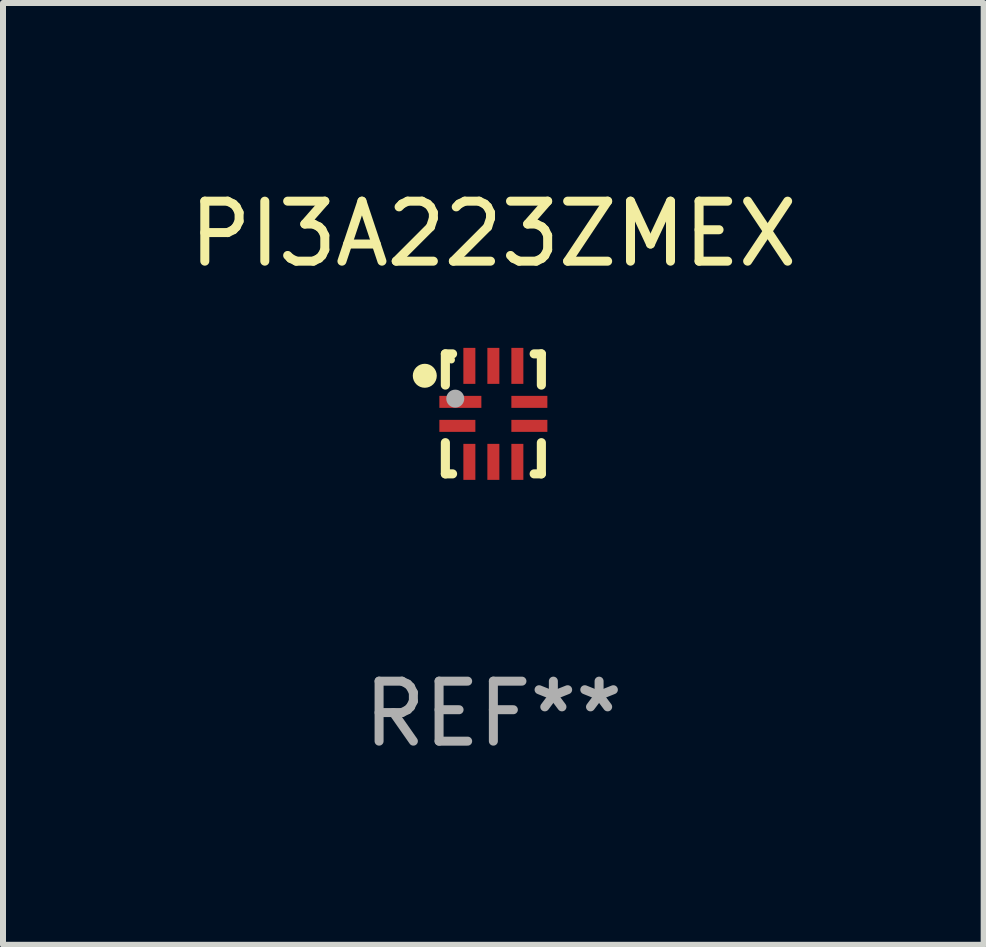
<source format=kicad_pcb>
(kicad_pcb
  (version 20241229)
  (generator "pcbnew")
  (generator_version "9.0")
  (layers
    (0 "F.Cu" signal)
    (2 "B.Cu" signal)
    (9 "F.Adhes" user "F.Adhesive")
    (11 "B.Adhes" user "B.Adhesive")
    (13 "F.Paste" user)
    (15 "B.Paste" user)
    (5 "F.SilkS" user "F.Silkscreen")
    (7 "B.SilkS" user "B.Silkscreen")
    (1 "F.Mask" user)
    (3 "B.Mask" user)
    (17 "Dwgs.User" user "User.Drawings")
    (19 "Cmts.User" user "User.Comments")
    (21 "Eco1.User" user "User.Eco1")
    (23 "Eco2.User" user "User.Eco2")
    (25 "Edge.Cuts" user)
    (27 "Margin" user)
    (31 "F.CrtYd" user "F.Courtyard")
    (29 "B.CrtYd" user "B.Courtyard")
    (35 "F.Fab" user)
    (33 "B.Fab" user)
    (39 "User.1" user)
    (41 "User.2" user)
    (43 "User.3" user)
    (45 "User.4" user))
  (footprint "PI3A223ZMEX"
    (layer "F.Cu")
    (at 5.173 3.848)
    (property "Reference" "PI3A223ZMEX" (at 0 -3 0) (layer "F.SilkS") (effects (font (size 1 1) (thickness 0.15))))
    (attr through_hole)
    (fp_line (start -0.8 -1) (end -0.68 -1) (stroke (width 0.152) (type solid)) (layer "F.SilkS"))
    (fp_line (start -0.8 -0.48) (end -0.8 -1) (stroke (width 0.152) (type solid)) (layer "F.SilkS"))
    (fp_line (start -0.8 1) (end -0.8 0.48) (stroke (width 0.152) (type solid)) (layer "F.SilkS"))
    (fp_line (start -0.68 1) (end -0.8 1) (stroke (width 0.152) (type solid)) (layer "F.SilkS"))
    (fp_line (start 0.68 -1) (end 0.8 -1) (stroke (width 0.152) (type solid)) (layer "F.SilkS"))
    (fp_line (start 0.8 -1) (end 0.8 -0.48) (stroke (width 0.152) (type solid)) (layer "F.SilkS"))
    (fp_line (start 0.8 0.48) (end 0.8 1) (stroke (width 0.152) (type solid)) (layer "F.SilkS"))
    (fp_line (start 0.8 1) (end 0.68 1) (stroke (width 0.152) (type solid)) (layer "F.SilkS"))
    (fp_circle (center -1.143 -0.635) (end -1.043 -0.635) (stroke (width 0.2) (type solid)) (fill no) (layer "F.SilkS"))
    (fp_circle (center -0.7 -0.9) (end -0.67 -0.9) (stroke (width 0.06) (type solid)) (fill no) (layer "F.SilkS"))
    (fp_circle (center -0.635 -0.254) (end -0.56 -0.254) (stroke (width 0.15) (type solid)) (fill no) (layer "F.Fab"))
    (fp_text user "REF**" (at 0 5 0) (layer "F.Fab") (effects (font (size 1 1) (thickness 0.15))))
    (pad "1" smd rect (at -0.55 -0.2) (size 0.7 0.2) (layers "F.Cu" "F.Mask" "F.Paste"))
    (pad "2" smd rect (at -0.6 0.2) (size 0.6 0.2) (layers "F.Cu" "F.Mask" "F.Paste"))
    (pad "3" smd rect (at -0.4 0.8) (size 0.2 0.6) (layers "F.Cu" "F.Mask" "F.Paste"))
    (pad "4" smd rect (at 0 0.8) (size 0.2 0.6) (layers "F.Cu" "F.Mask" "F.Paste"))
    (pad "5" smd rect (at 0.4 0.8) (size 0.2 0.6) (layers "F.Cu" "F.Mask" "F.Paste"))
    (pad "6" smd rect (at 0.6 0.2) (size 0.6 0.2) (layers "F.Cu" "F.Mask" "F.Paste"))
    (pad "7" smd rect (at 0.6 -0.2) (size 0.6 0.2) (layers "F.Cu" "F.Mask" "F.Paste"))
    (pad "8" smd rect (at 0.4 -0.8) (size 0.2 0.6) (layers "F.Cu" "F.Mask" "F.Paste"))
    (pad "9" smd rect (at 0 -0.8) (size 0.2 0.6) (layers "F.Cu" "F.Mask" "F.Paste"))
    (pad "10" smd rect (at -0.4 -0.8) (size 0.2 0.6) (layers "F.Cu" "F.Mask" "F.Paste")))
  (gr_rect
    (start -3 -3)
    (end 13.345 12.697)
    (stroke (width 0.1) (type default))
    (fill no)
    (layer "Edge.Cuts")))
</source>
